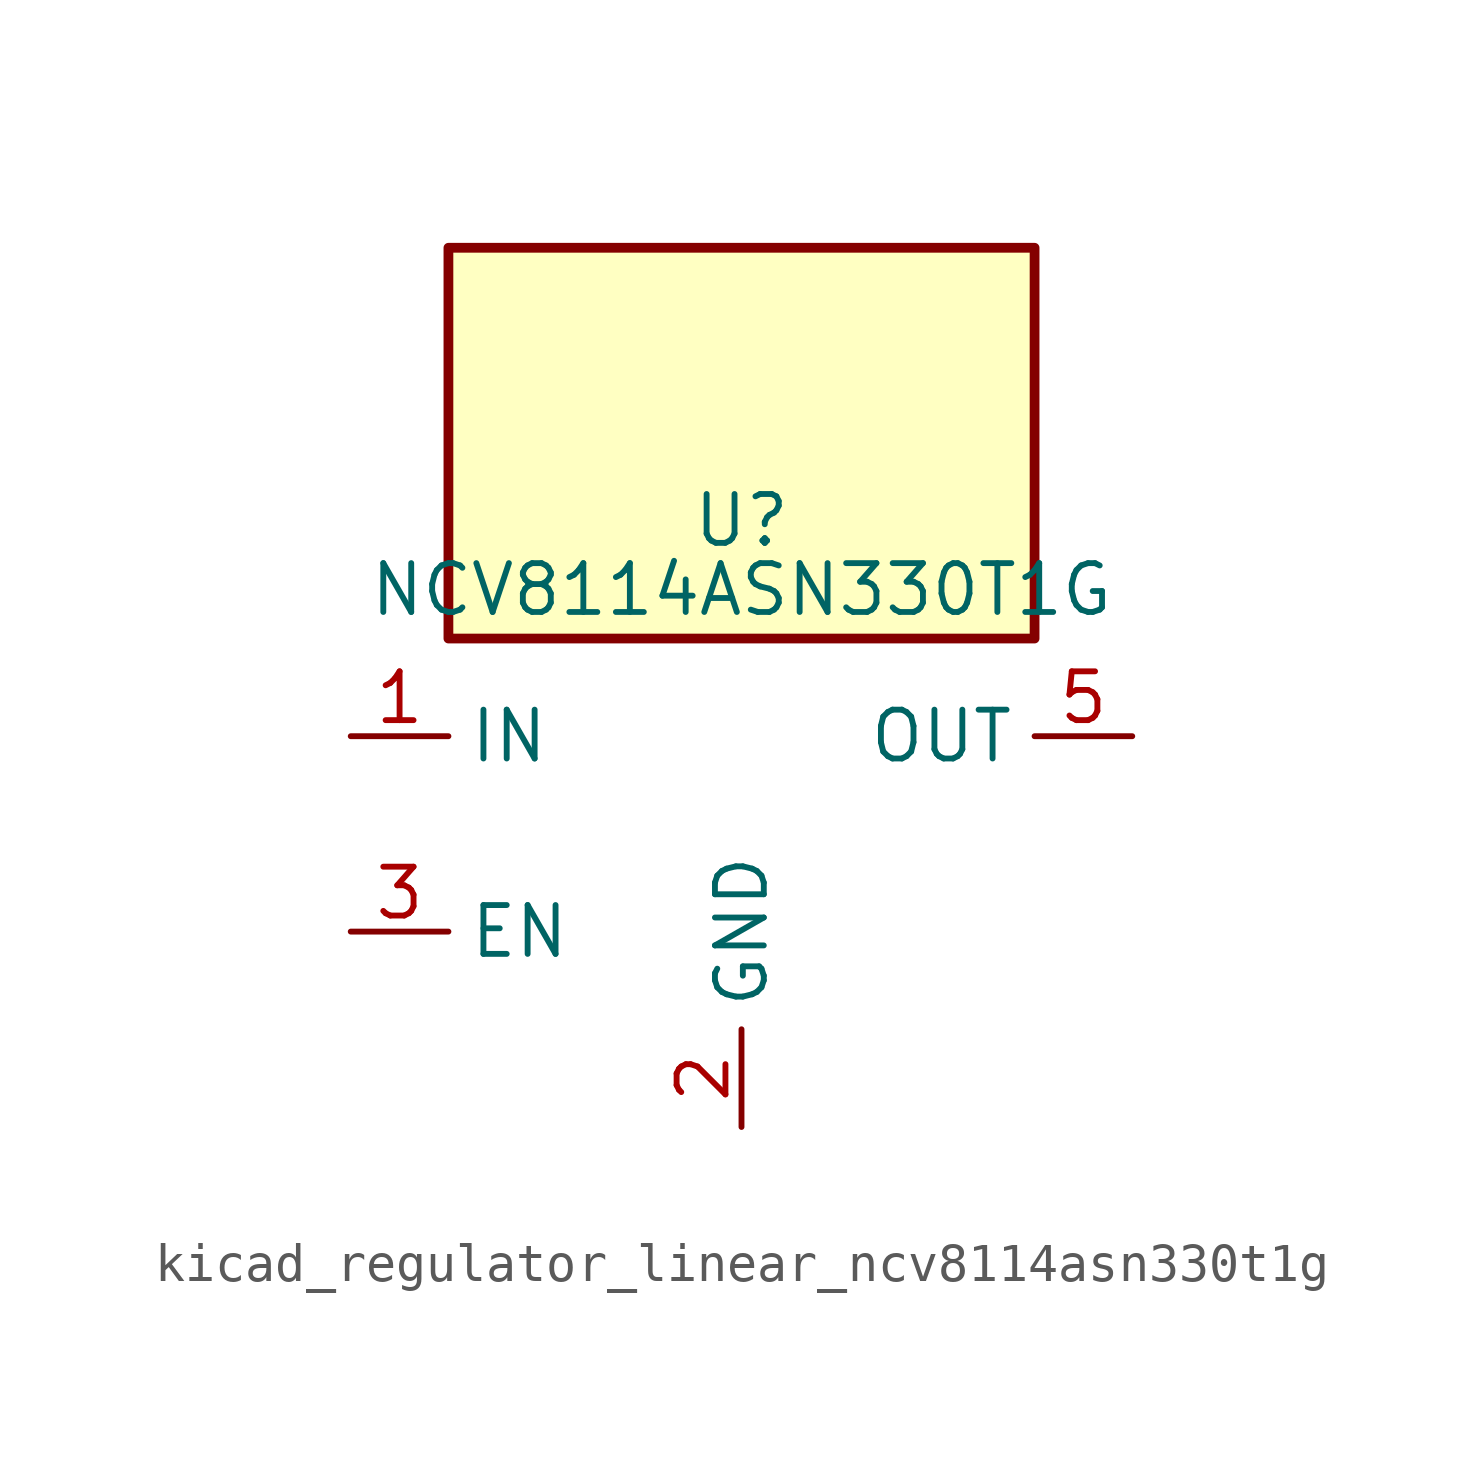
<source format=kicad_sym>
(kicad_symbol_lib
  (version 20220914)
  (generator kicad_symbol_editor)
  (symbol "kicad_regulator_linear_ncv8114asn330t1g"
    (property "Reference" "U"
      (at 0 8.89 0)
      (effects (font (size 1.27 1.27)) (justify top)))
    (property "Value" "NCV8114ASN330T1G"
      (at 0 6.35 0)
      (effects (font (size 1.27 1.27))))
    (symbol "kicad_regulator_linear_ncv8114asn330t1g_0_1"
      (rectangle (start 7.62 15.24) (end -7.62 5.08) (stroke (width 0.254) (type default)) (fill (type background))))
    (symbol "kicad_regulator_linear_ncv8114asn330t1g_1_1"
      (pin power_in line (at -10.16 2.54 0) (length 2.54) (name "IN" (effects (font (size 1.27 1.27)))) (number "1" (effects (font (size 1.27 1.27)))))
      (pin power_in line (at 0 -7.62 90) (length 2.54) (name "GND" (effects (font (size 1.27 1.27)))) (number "2" (effects (font (size 1.27 1.27)))))
      (pin input line (at -10.16 -2.54 0) (length 2.54) (name "EN" (effects (font (size 1.27 1.27)))) (number "3" (effects (font (size 1.27 1.27)))))
      (pin no_connect line (at 7.62 -2.54 180) (length 2.54) hide (name "NC" (effects (font (size 1.27 1.27)))) (number "4" (effects (font (size 1.27 1.27)))))
      (pin power_out line (at 10.16 2.54 180) (length 2.54) (name "OUT" (effects (font (size 1.27 1.27)))) (number "5" (effects (font (size 1.27 1.27))))))))
</source>
